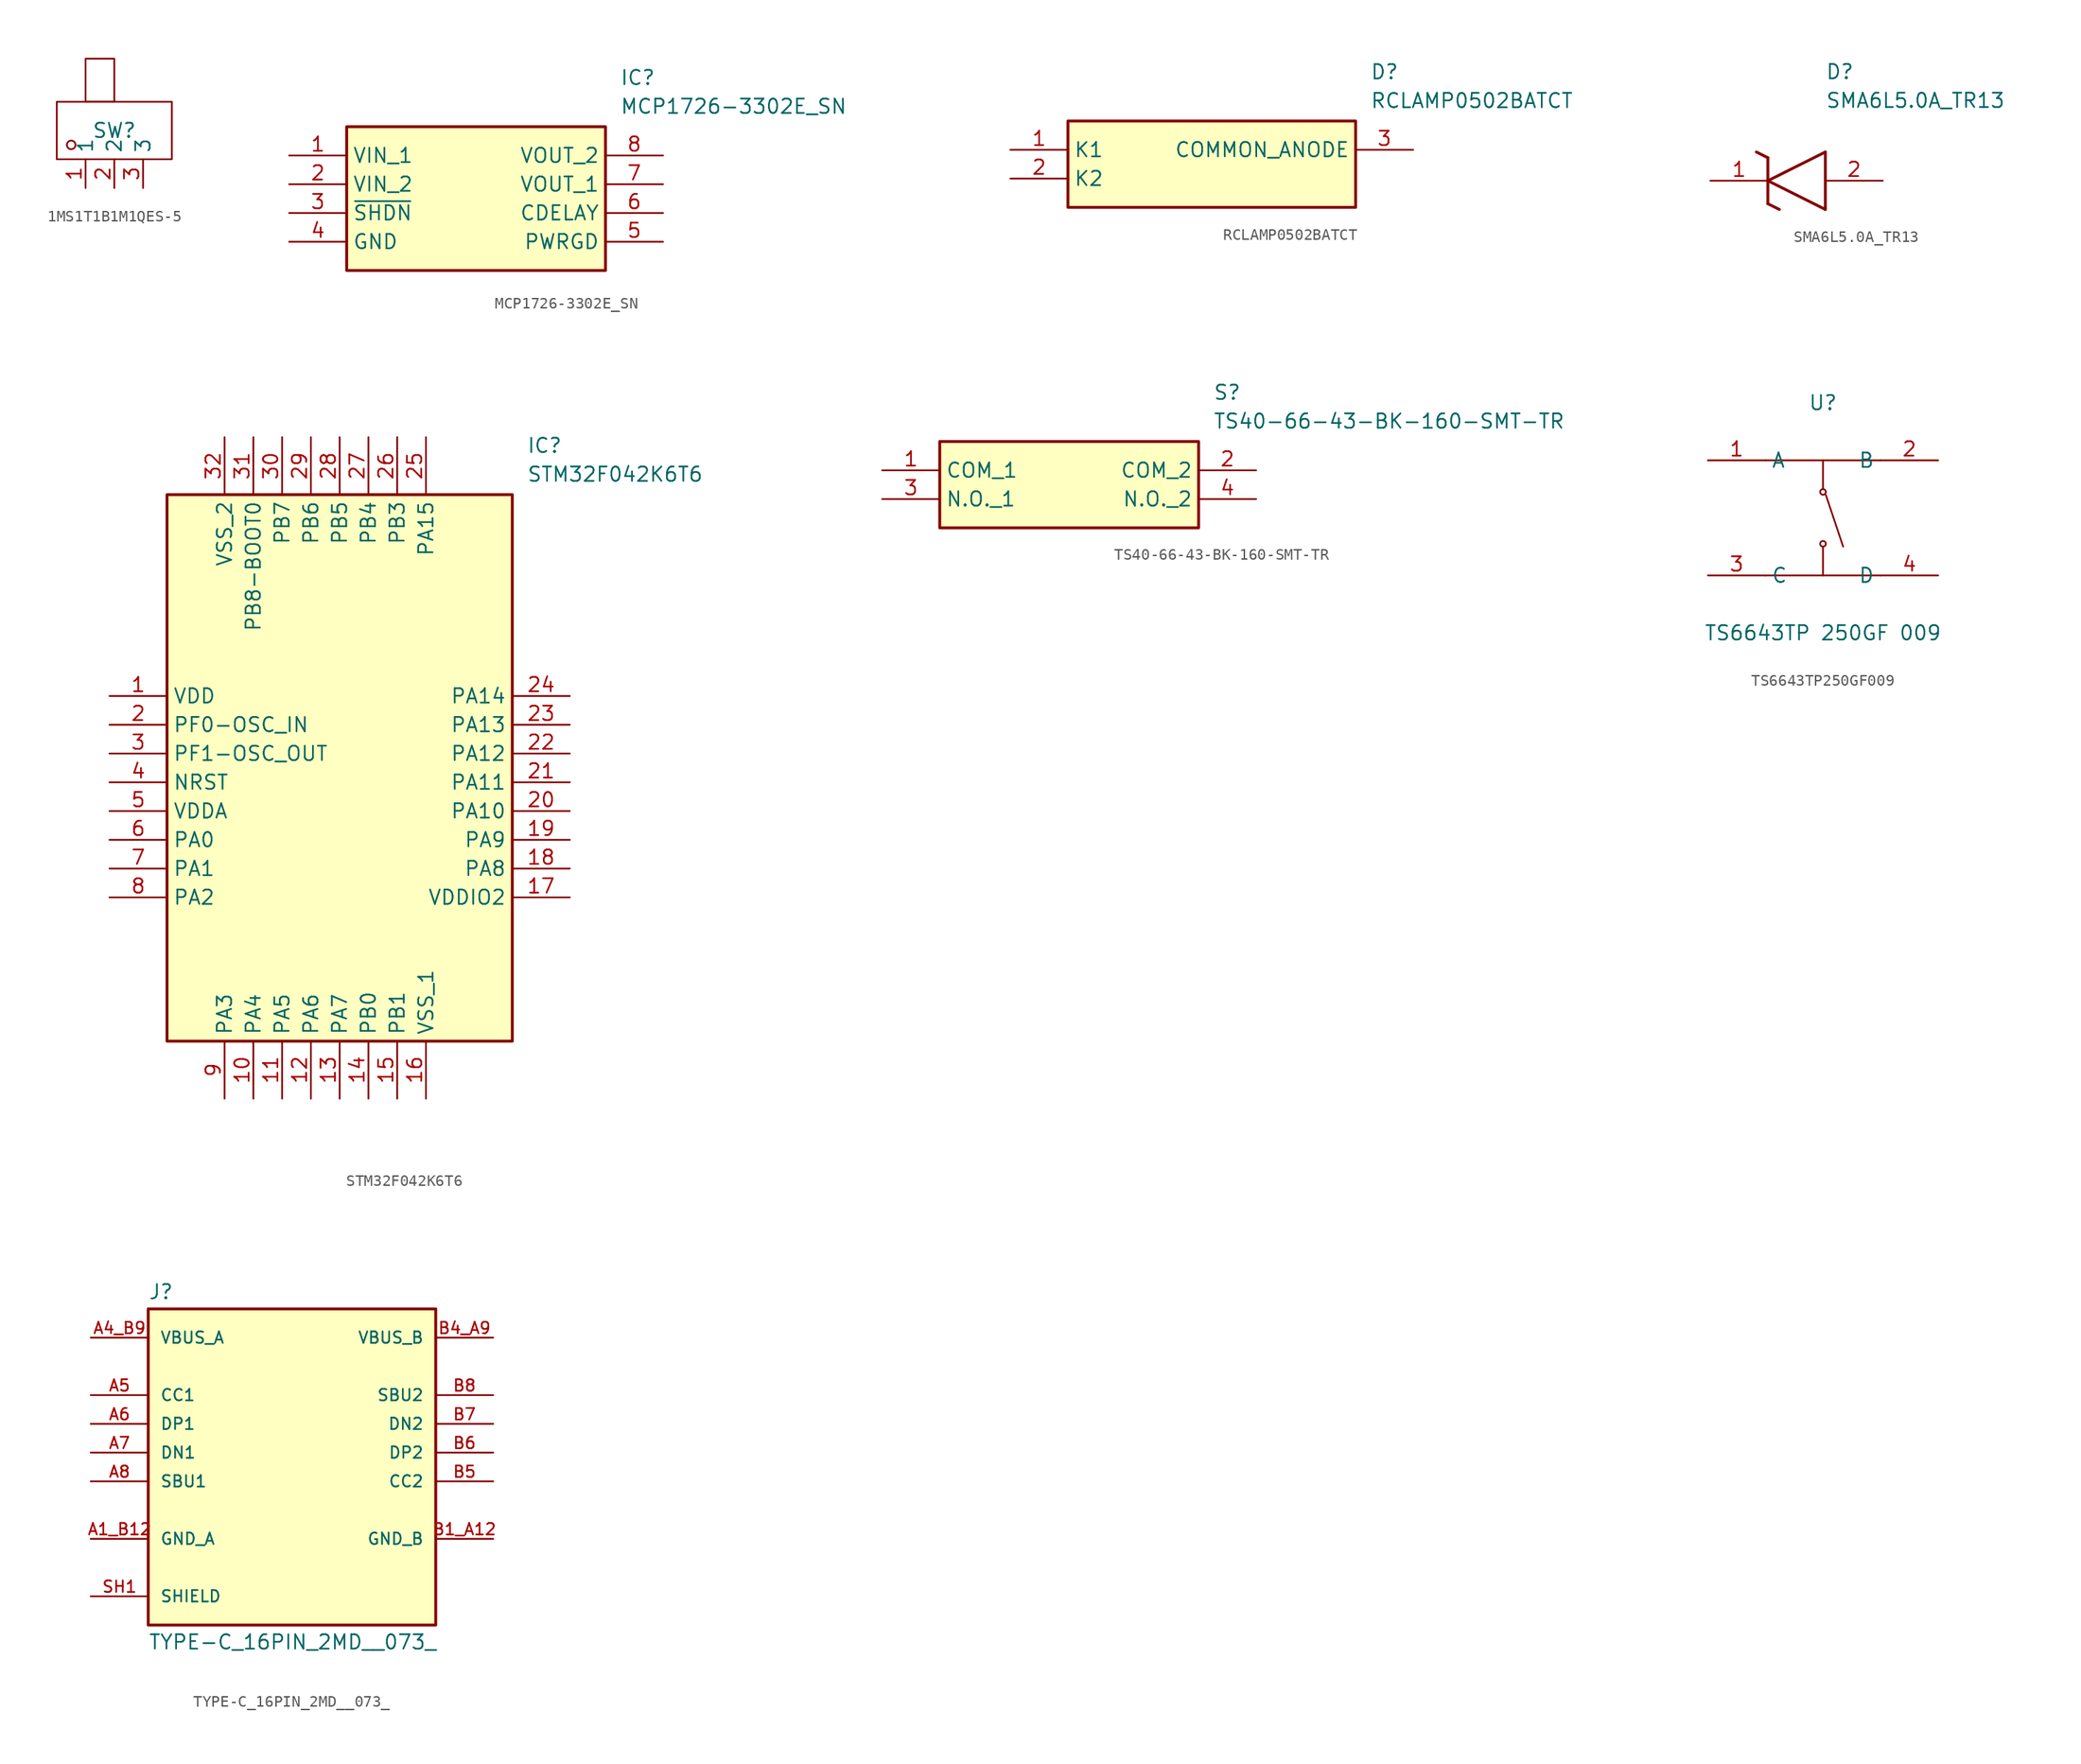
<source format=kicad_sym>
(kicad_symbol_lib
  (version 20241209)
  (generator "kicad_symbol_editor")
  (generator_version "9.0")
  (symbol "1MS1T1B1M1QES-5"
    (property "Reference" "SW"
      (at 0 0 0)
      (effects (font (size 1.27 1.27))))
    (property "Value" ""
      (at 0 0 0)
      (effects (font (size 1.27 1.27))))
    (symbol "1MS1T1B1M1QES-5_1_0"
      (rectangle (start -5.08 -2.54) (end 5.08 2.54) (stroke (width 0) (type default)) (fill (type none)))
      (circle (center -3.81 -1.27) (radius 0.381) (stroke (width 0) (type default)) (fill (type none)))
      (rectangle (start -2.54 2.54) (end 0 6.35) (stroke (width 0) (type default)) (fill (type none)))
      (pin input line (at -2.54 -5.08 90) (length 2.54) (name "1" (effects (font (size 1.27 1.27)))) (number "1" (effects (font (size 1.27 1.27)))))
      (pin input line (at 0 -5.08 90) (length 2.54) (name "2" (effects (font (size 1.27 1.27)))) (number "2" (effects (font (size 1.27 1.27)))))
      (pin input line (at 2.54 -5.08 90) (length 2.54) (name "3" (effects (font (size 1.27 1.27)))) (number "3" (effects (font (size 1.27 1.27)))))))
  (symbol "MCP1726-3302E_SN"
    (property "Reference" "IC"
      (at 29.21 7.62 0)
      (effects (font (size 1.27 1.27)) (justify left top)))
    (property "Value" "MCP1726-3302E_SN"
      (at 29.21 5.08 0)
      (effects (font (size 1.27 1.27)) (justify left top)))
    (symbol "MCP1726-3302E_SN_1_1"
      (rectangle (start 5.08 2.54) (end 27.94 -10.16) (stroke (width 0.254) (type default)) (fill (type background)))
      (pin passive line (at 0 0 0) (length 5.08) (name "VIN_1" (effects (font (size 1.27 1.27)))) (number "1" (effects (font (size 1.27 1.27)))))
      (pin passive line (at 0 -2.54 0) (length 5.08) (name "VIN_2" (effects (font (size 1.27 1.27)))) (number "2" (effects (font (size 1.27 1.27)))))
      (pin passive line (at 0 -5.08 0) (length 5.08) (name "~{SHDN}" (effects (font (size 1.27 1.27)))) (number "3" (effects (font (size 1.27 1.27)))))
      (pin passive line (at 0 -7.62 0) (length 5.08) (name "GND" (effects (font (size 1.27 1.27)))) (number "4" (effects (font (size 1.27 1.27)))))
      (pin passive line (at 33.02 0 180) (length 5.08) (name "VOUT_2" (effects (font (size 1.27 1.27)))) (number "8" (effects (font (size 1.27 1.27)))))
      (pin passive line (at 33.02 -2.54 180) (length 5.08) (name "VOUT_1" (effects (font (size 1.27 1.27)))) (number "7" (effects (font (size 1.27 1.27)))))
      (pin passive line (at 33.02 -5.08 180) (length 5.08) (name "CDELAY" (effects (font (size 1.27 1.27)))) (number "6" (effects (font (size 1.27 1.27)))))
      (pin passive line (at 33.02 -7.62 180) (length 5.08) (name "PWRGD" (effects (font (size 1.27 1.27)))) (number "5" (effects (font (size 1.27 1.27)))))))
  (symbol "RCLAMP0502BATCT"
    (property "Reference" "D"
      (at 31.75 7.62 0)
      (effects (font (size 1.27 1.27)) (justify left top)))
    (property "Value" "RCLAMP0502BATCT"
      (at 31.75 5.08 0)
      (effects (font (size 1.27 1.27)) (justify left top)))
    (symbol "RCLAMP0502BATCT_1_1"
      (rectangle (start 5.08 2.54) (end 30.48 -5.08) (stroke (width 0.254) (type default)) (fill (type background)))
      (pin passive line (at 0 0 0) (length 5.08) (name "K1" (effects (font (size 1.27 1.27)))) (number "1" (effects (font (size 1.27 1.27)))))
      (pin passive line (at 0 -2.54 0) (length 5.08) (name "K2" (effects (font (size 1.27 1.27)))) (number "2" (effects (font (size 1.27 1.27)))))
      (pin passive line (at 35.56 0 180) (length 5.08) (name "COMMON_ANODE" (effects (font (size 1.27 1.27)))) (number "3" (effects (font (size 1.27 1.27)))))))
  (symbol "SMA6L5.0A_TR13"
    (pin_names
      (hide yes))
    (property "Reference" "D"
      (at 10.16 8.89 0)
      (effects (font (size 1.27 1.27)) (justify left bottom)))
    (property "Value" "SMA6L5.0A_TR13"
      (at 10.16 6.35 0)
      (effects (font (size 1.27 1.27)) (justify left bottom)))
    (symbol "SMA6L5.0A_TR13_1_1"
      (polyline (pts (xy 4.064 2.54) (xy 5.08 2.032)) (stroke (width 0.254) (type default)) (fill (type none)))
      (polyline (pts (xy 5.08 0) (xy 10.16 2.54)) (stroke (width 0.254) (type default)) (fill (type none)))
      (polyline (pts (xy 5.08 -2.032) (xy 5.08 2.032)) (stroke (width 0.254) (type default)) (fill (type none)))
      (polyline (pts (xy 5.08 -2.032) (xy 6.096 -2.54)) (stroke (width 0.254) (type default)) (fill (type none)))
      (polyline (pts (xy 10.16 -2.54) (xy 5.08 0)) (stroke (width 0.254) (type default)) (fill (type none)))
      (polyline (pts (xy 10.16 -2.54) (xy 10.16 2.54)) (stroke (width 0.254) (type default)) (fill (type none)))
      (pin passive line (at 0 0 0) (length 5.08) (name "K" (effects (font (size 1.27 1.27)))) (number "1" (effects (font (size 1.27 1.27)))))
      (pin passive line (at 15.24 0 180) (length 5.08) (name "A" (effects (font (size 1.27 1.27)))) (number "2" (effects (font (size 1.27 1.27)))))))
  (symbol "STM32F042K6T6"
    (property "Reference" "IC"
      (at 36.83 22.86 0)
      (effects (font (size 1.27 1.27)) (justify left top)))
    (property "Value" "STM32F042K6T6"
      (at 36.83 20.32 0)
      (effects (font (size 1.27 1.27)) (justify left top)))
    (symbol "STM32F042K6T6_1_1"
      (rectangle (start 5.08 17.78) (end 35.56 -30.48) (stroke (width 0.254) (type default)) (fill (type background)))
      (pin passive line (at 0 0 0) (length 5.08) (name "VDD" (effects (font (size 1.27 1.27)))) (number "1" (effects (font (size 1.27 1.27)))))
      (pin passive line (at 0 -2.54 0) (length 5.08) (name "PF0-OSC_IN" (effects (font (size 1.27 1.27)))) (number "2" (effects (font (size 1.27 1.27)))))
      (pin passive line (at 0 -5.08 0) (length 5.08) (name "PF1-OSC_OUT" (effects (font (size 1.27 1.27)))) (number "3" (effects (font (size 1.27 1.27)))))
      (pin passive line (at 0 -7.62 0) (length 5.08) (name "NRST" (effects (font (size 1.27 1.27)))) (number "4" (effects (font (size 1.27 1.27)))))
      (pin passive line (at 0 -10.16 0) (length 5.08) (name "VDDA" (effects (font (size 1.27 1.27)))) (number "5" (effects (font (size 1.27 1.27)))))
      (pin passive line (at 0 -12.7 0) (length 5.08) (name "PA0" (effects (font (size 1.27 1.27)))) (number "6" (effects (font (size 1.27 1.27)))))
      (pin passive line (at 0 -15.24 0) (length 5.08) (name "PA1" (effects (font (size 1.27 1.27)))) (number "7" (effects (font (size 1.27 1.27)))))
      (pin passive line (at 0 -17.78 0) (length 5.08) (name "PA2" (effects (font (size 1.27 1.27)))) (number "8" (effects (font (size 1.27 1.27)))))
      (pin passive line (at 10.16 22.86 270) (length 5.08) (name "VSS_2" (effects (font (size 1.27 1.27)))) (number "32" (effects (font (size 1.27 1.27)))))
      (pin passive line (at 10.16 -35.56 90) (length 5.08) (name "PA3" (effects (font (size 1.27 1.27)))) (number "9" (effects (font (size 1.27 1.27)))))
      (pin passive line (at 12.7 22.86 270) (length 5.08) (name "PB8-BOOT0" (effects (font (size 1.27 1.27)))) (number "31" (effects (font (size 1.27 1.27)))))
      (pin passive line (at 12.7 -35.56 90) (length 5.08) (name "PA4" (effects (font (size 1.27 1.27)))) (number "10" (effects (font (size 1.27 1.27)))))
      (pin passive line (at 15.24 22.86 270) (length 5.08) (name "PB7" (effects (font (size 1.27 1.27)))) (number "30" (effects (font (size 1.27 1.27)))))
      (pin passive line (at 15.24 -35.56 90) (length 5.08) (name "PA5" (effects (font (size 1.27 1.27)))) (number "11" (effects (font (size 1.27 1.27)))))
      (pin passive line (at 17.78 22.86 270) (length 5.08) (name "PB6" (effects (font (size 1.27 1.27)))) (number "29" (effects (font (size 1.27 1.27)))))
      (pin passive line (at 17.78 -35.56 90) (length 5.08) (name "PA6" (effects (font (size 1.27 1.27)))) (number "12" (effects (font (size 1.27 1.27)))))
      (pin passive line (at 20.32 22.86 270) (length 5.08) (name "PB5" (effects (font (size 1.27 1.27)))) (number "28" (effects (font (size 1.27 1.27)))))
      (pin passive line (at 20.32 -35.56 90) (length 5.08) (name "PA7" (effects (font (size 1.27 1.27)))) (number "13" (effects (font (size 1.27 1.27)))))
      (pin passive line (at 22.86 22.86 270) (length 5.08) (name "PB4" (effects (font (size 1.27 1.27)))) (number "27" (effects (font (size 1.27 1.27)))))
      (pin passive line (at 22.86 -35.56 90) (length 5.08) (name "PB0" (effects (font (size 1.27 1.27)))) (number "14" (effects (font (size 1.27 1.27)))))
      (pin passive line (at 25.4 22.86 270) (length 5.08) (name "PB3" (effects (font (size 1.27 1.27)))) (number "26" (effects (font (size 1.27 1.27)))))
      (pin passive line (at 25.4 -35.56 90) (length 5.08) (name "PB1" (effects (font (size 1.27 1.27)))) (number "15" (effects (font (size 1.27 1.27)))))
      (pin passive line (at 27.94 22.86 270) (length 5.08) (name "PA15" (effects (font (size 1.27 1.27)))) (number "25" (effects (font (size 1.27 1.27)))))
      (pin passive line (at 27.94 -35.56 90) (length 5.08) (name "VSS_1" (effects (font (size 1.27 1.27)))) (number "16" (effects (font (size 1.27 1.27)))))
      (pin passive line (at 40.64 0 180) (length 5.08) (name "PA14" (effects (font (size 1.27 1.27)))) (number "24" (effects (font (size 1.27 1.27)))))
      (pin passive line (at 40.64 -2.54 180) (length 5.08) (name "PA13" (effects (font (size 1.27 1.27)))) (number "23" (effects (font (size 1.27 1.27)))))
      (pin passive line (at 40.64 -5.08 180) (length 5.08) (name "PA12" (effects (font (size 1.27 1.27)))) (number "22" (effects (font (size 1.27 1.27)))))
      (pin passive line (at 40.64 -7.62 180) (length 5.08) (name "PA11" (effects (font (size 1.27 1.27)))) (number "21" (effects (font (size 1.27 1.27)))))
      (pin passive line (at 40.64 -10.16 180) (length 5.08) (name "PA10" (effects (font (size 1.27 1.27)))) (number "20" (effects (font (size 1.27 1.27)))))
      (pin passive line (at 40.64 -12.7 180) (length 5.08) (name "PA9" (effects (font (size 1.27 1.27)))) (number "19" (effects (font (size 1.27 1.27)))))
      (pin passive line (at 40.64 -15.24 180) (length 5.08) (name "PA8" (effects (font (size 1.27 1.27)))) (number "18" (effects (font (size 1.27 1.27)))))
      (pin passive line (at 40.64 -17.78 180) (length 5.08) (name "VDDIO2" (effects (font (size 1.27 1.27)))) (number "17" (effects (font (size 1.27 1.27)))))))
  (symbol "TS40-66-43-BK-160-SMT-TR"
    (property "Reference" "S"
      (at 29.21 7.62 0)
      (effects (font (size 1.27 1.27)) (justify left top)))
    (property "Value" "TS40-66-43-BK-160-SMT-TR"
      (at 29.21 5.08 0)
      (effects (font (size 1.27 1.27)) (justify left top)))
    (symbol "TS40-66-43-BK-160-SMT-TR_1_1"
      (rectangle (start 5.08 2.54) (end 27.94 -5.08) (stroke (width 0.254) (type default)) (fill (type background)))
      (pin passive line (at 0 0 0) (length 5.08) (name "COM_1" (effects (font (size 1.27 1.27)))) (number "1" (effects (font (size 1.27 1.27)))))
      (pin passive line (at 0 -2.54 0) (length 5.08) (name "N.O._1" (effects (font (size 1.27 1.27)))) (number "3" (effects (font (size 1.27 1.27)))))
      (pin passive line (at 33.02 0 180) (length 5.08) (name "COM_2" (effects (font (size 1.27 1.27)))) (number "2" (effects (font (size 1.27 1.27)))))
      (pin passive line (at 33.02 -2.54 180) (length 5.08) (name "N.O._2" (effects (font (size 1.27 1.27)))) (number "4" (effects (font (size 1.27 1.27)))))))
  (symbol "TS6643TP250GF009"
    (property "Reference" "U"
      (at 0 10.16 0)
      (effects (font (size 1.27 1.27))))
    (property "Value" "TS6643TP 250GF 009"
      (at 0 -10.16 0)
      (effects (font (size 1.27 1.27))))
    (symbol "TS6643TP250GF009_0_1"
      (polyline (pts (xy -5.08 5.08) (xy 5.08 5.08)) (stroke (width 0) (type default)) (fill (type none)))
      (polyline (pts (xy -5.08 -5.08) (xy 5.08 -5.08)) (stroke (width 0) (type default)) (fill (type none)))
      (polyline (pts (xy 0 5.08) (xy 0 2.54)) (stroke (width 0) (type default)) (fill (type none)))
      (circle (center 0 2.29) (radius 0.25) (stroke (width 0) (type default)) (fill (type none)))
      (circle (center 0 -2.29) (radius 0.25) (stroke (width 0) (type default)) (fill (type none)))
      (polyline (pts (xy 0 -5.08) (xy 0 -2.54)) (stroke (width 0) (type default)) (fill (type none)))
      (polyline (pts (xy 0.25 2.03) (xy 1.78 -2.54)) (stroke (width 0) (type default)) (fill (type none)))
      (pin unspecified line (at -10.16 5.08 0) (length 5.08) (name "A" (effects (font (size 1.27 1.27)))) (number "1" (effects (font (size 1.27 1.27)))))
      (pin unspecified line (at -10.16 -5.08 0) (length 5.08) (name "C" (effects (font (size 1.27 1.27)))) (number "3" (effects (font (size 1.27 1.27)))))
      (pin unspecified line (at 10.16 5.08 180) (length 5.08) (name "B" (effects (font (size 1.27 1.27)))) (number "2" (effects (font (size 1.27 1.27)))))
      (pin unspecified line (at 10.16 -5.08 180) (length 5.08) (name "D" (effects (font (size 1.27 1.27)))) (number "4" (effects (font (size 1.27 1.27)))))))
  (symbol "TYPE-C_16PIN_2MD__073_"
    (pin_names
      (offset 1.016))
    (property "Reference" "J"
      (at -12.7 13.462 0)
      (effects (font (size 1.27 1.27)) (justify left bottom)))
    (property "Value" "TYPE-C_16PIN_2MD__073_"
      (at -12.7 -16.002 0)
      (effects (font (size 1.27 1.27)) (justify left top)))
    (symbol "TYPE-C_16PIN_2MD__073__0_0"
      (rectangle (start -12.7 -15.24) (end 12.7 12.7) (stroke (width 0.254) (type default)) (fill (type background)))
      (pin power_in line (at -17.78 10.16 0) (length 5.08) (name "VBUS_A" (effects (font (size 1.016 1.016)))) (number "A4_B9" (effects (font (size 1.016 1.016)))))
      (pin bidirectional line (at -17.78 5.08 0) (length 5.08) (name "CC1" (effects (font (size 1.016 1.016)))) (number "A5" (effects (font (size 1.016 1.016)))))
      (pin bidirectional line (at -17.78 2.54 0) (length 5.08) (name "DP1" (effects (font (size 1.016 1.016)))) (number "A6" (effects (font (size 1.016 1.016)))))
      (pin bidirectional line (at -17.78 0 0) (length 5.08) (name "DN1" (effects (font (size 1.016 1.016)))) (number "A7" (effects (font (size 1.016 1.016)))))
      (pin bidirectional line (at -17.78 -2.54 0) (length 5.08) (name "SBU1" (effects (font (size 1.016 1.016)))) (number "A8" (effects (font (size 1.016 1.016)))))
      (pin power_in line (at -17.78 -7.62 0) (length 5.08) (name "GND_A" (effects (font (size 1.016 1.016)))) (number "A1_B12" (effects (font (size 1.016 1.016)))))
      (pin passive line (at -17.78 -12.7 0) (length 5.08) (name "SHIELD" (effects (font (size 1.016 1.016)))) (number "SH1" (effects (font (size 1.016 1.016)))))
      (pin passive line (at -17.78 -12.7 0) (length 5.08) (hide yes) (name "SHIELD" (effects (font (size 1.016 1.016)))) (number "SH2" (effects (font (size 1.016 1.016)))))
      (pin passive line (at -17.78 -12.7 0) (length 5.08) (hide yes) (name "SHIELD" (effects (font (size 1.016 1.016)))) (number "SH3" (effects (font (size 1.016 1.016)))))
      (pin passive line (at -17.78 -12.7 0) (length 5.08) (hide yes) (name "SHIELD" (effects (font (size 1.016 1.016)))) (number "SH4" (effects (font (size 1.016 1.016)))))
      (pin power_in line (at 17.78 10.16 180) (length 5.08) (name "VBUS_B" (effects (font (size 1.016 1.016)))) (number "B4_A9" (effects (font (size 1.016 1.016)))))
      (pin bidirectional line (at 17.78 5.08 180) (length 5.08) (name "SBU2" (effects (font (size 1.016 1.016)))) (number "B8" (effects (font (size 1.016 1.016)))))
      (pin bidirectional line (at 17.78 2.54 180) (length 5.08) (name "DN2" (effects (font (size 1.016 1.016)))) (number "B7" (effects (font (size 1.016 1.016)))))
      (pin bidirectional line (at 17.78 0 180) (length 5.08) (name "DP2" (effects (font (size 1.016 1.016)))) (number "B6" (effects (font (size 1.016 1.016)))))
      (pin bidirectional line (at 17.78 -2.54 180) (length 5.08) (name "CC2" (effects (font (size 1.016 1.016)))) (number "B5" (effects (font (size 1.016 1.016)))))
      (pin power_in line (at 17.78 -7.62 180) (length 5.08) (name "GND_B" (effects (font (size 1.016 1.016)))) (number "B1_A12" (effects (font (size 1.016 1.016))))))))
</source>
